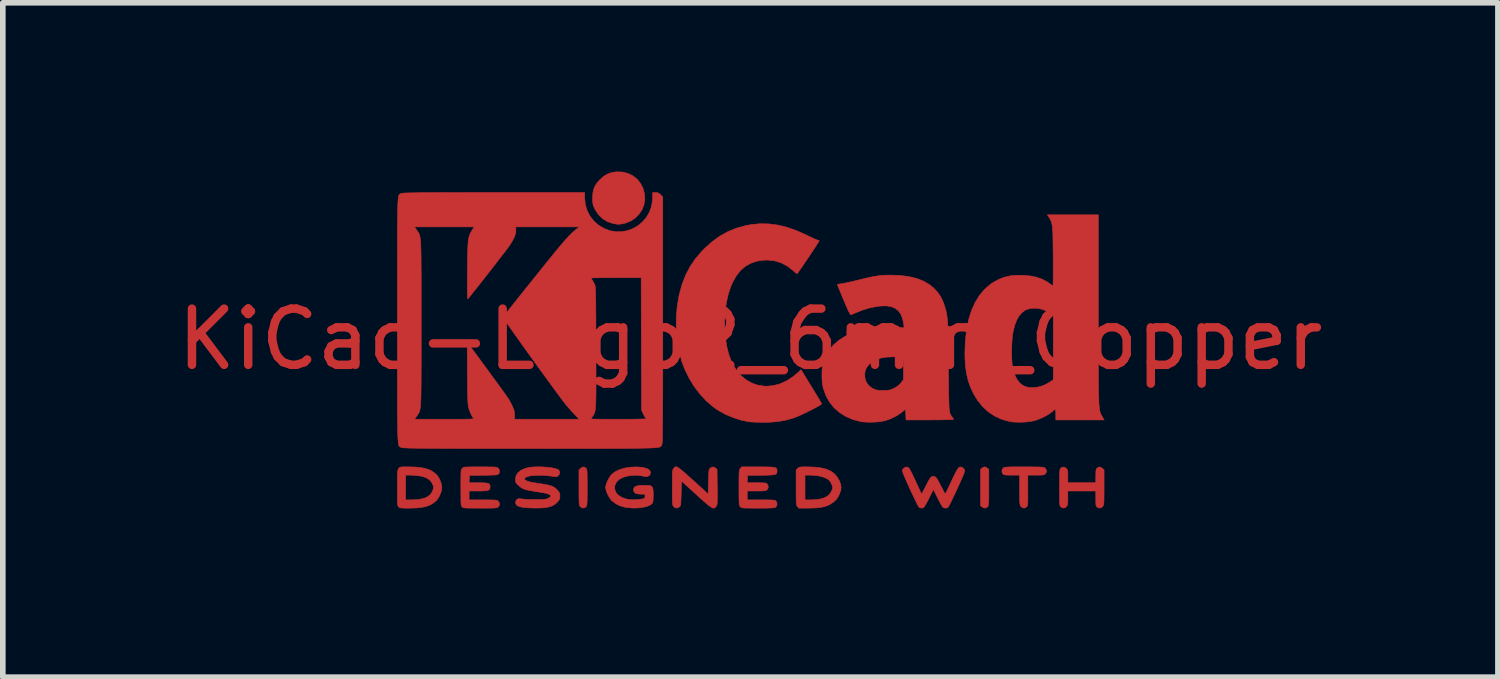
<source format=kicad_pcb>
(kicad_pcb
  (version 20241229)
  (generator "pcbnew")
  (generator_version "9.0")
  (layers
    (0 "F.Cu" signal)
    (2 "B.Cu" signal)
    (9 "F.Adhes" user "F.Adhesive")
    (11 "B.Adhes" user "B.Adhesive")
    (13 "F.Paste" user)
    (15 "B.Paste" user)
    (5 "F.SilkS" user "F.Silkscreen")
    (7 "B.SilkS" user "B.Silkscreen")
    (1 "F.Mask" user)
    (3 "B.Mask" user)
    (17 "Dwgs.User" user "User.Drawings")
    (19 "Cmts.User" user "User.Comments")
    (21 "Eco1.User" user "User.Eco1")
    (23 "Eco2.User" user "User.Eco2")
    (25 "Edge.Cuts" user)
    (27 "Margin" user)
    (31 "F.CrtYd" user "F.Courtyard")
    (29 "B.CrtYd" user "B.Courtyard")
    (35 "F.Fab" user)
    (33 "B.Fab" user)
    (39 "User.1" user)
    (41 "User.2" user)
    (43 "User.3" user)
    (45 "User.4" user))
  (footprint "KiCad-Logo2_6mm_Copper"
    (layer "F.Cu")
    (at 10.292 2.982)
    (property "Reference" "KiCad-Logo2_6mm_Copper" (at 0 0 0) (layer "F.Cu") (effects (font (size 1 1) (thickness 0.15))))
    (attr exclude_from_pos_files exclude_from_bom)
    (fp_poly (pts (xy 4.189 2.276) (xy 4.212 2.291) (xy 4.239 2.312) (xy 4.239 2.634) (xy 4.239 2.728) (xy 4.239 2.802) (xy 4.238 2.859) (xy 4.236 2.901) (xy 4.234 2.931) (xy 4.231 2.951) (xy 4.227 2.965) (xy 4.221 2.974) (xy 4.217 2.979) (xy 4.186 3) (xy 4.15 2.999) (xy 4.119 2.981) (xy 4.092 2.96) (xy 4.092 2.312) (xy 4.119 2.291) (xy 4.145 2.275) (xy 4.166 2.269) (xy 4.189 2.276)) (stroke (width 0.01) (type solid)) (fill yes) (layer "F.Cu"))
    (fp_poly (pts (xy -2.924 2.292) (xy -2.917 2.299) (xy -2.912 2.309) (xy -2.908 2.324) (xy -2.905 2.346) (xy -2.903 2.378) (xy -2.902 2.422) (xy -2.902 2.482) (xy -2.901 2.56) (xy -2.901 2.636) (xy -2.901 2.73) (xy -2.902 2.804) (xy -2.902 2.86) (xy -2.904 2.902) (xy -2.906 2.932) (xy -2.909 2.952) (xy -2.913 2.965) (xy -2.919 2.974) (xy -2.924 2.98) (xy -2.957 3) (xy -2.992 2.998) (xy -3.023 2.977) (xy -3.031 2.968) (xy -3.036 2.959) (xy -3.041 2.945) (xy -3.044 2.924) (xy -3.046 2.895) (xy -3.047 2.853) (xy -3.048 2.796) (xy -3.048 2.722) (xy -3.048 2.638) (xy -3.048 2.324) (xy -3.02 2.297) (xy -2.986 2.273) (xy -2.953 2.273) (xy -2.924 2.292)) (stroke (width 0.01) (type solid)) (fill yes) (layer "F.Cu"))
    (fp_poly (pts (xy -2.273 -2.973) (xy -2.177 -2.949) (xy -2.09 -2.906) (xy -2.015 -2.847) (xy -1.954 -2.772) (xy -1.909 -2.683) (xy -1.883 -2.586) (xy -1.877 -2.489) (xy -1.892 -2.395) (xy -1.926 -2.307) (xy -1.977 -2.228) (xy -2.042 -2.16) (xy -2.121 -2.106) (xy -2.212 -2.068) (xy -2.263 -2.056) (xy -2.308 -2.048) (xy -2.342 -2.045) (xy -2.375 -2.047) (xy -2.415 -2.054) (xy -2.449 -2.061) (xy -2.542 -2.092) (xy -2.626 -2.143) (xy -2.698 -2.213) (xy -2.756 -2.298) (xy -2.77 -2.326) (xy -2.787 -2.362) (xy -2.797 -2.392) (xy -2.802 -2.425) (xy -2.805 -2.466) (xy -2.805 -2.512) (xy -2.801 -2.596) (xy -2.787 -2.665) (xy -2.762 -2.726) (xy -2.723 -2.784) (xy -2.684 -2.829) (xy -2.612 -2.895) (xy -2.537 -2.94) (xy -2.455 -2.967) (xy -2.377 -2.977) (xy -2.273 -2.973)) (stroke (width 0.01) (type solid)) (fill yes) (layer "F.Cu"))
    (fp_poly (pts (xy 4.963 2.269) (xy 5.042 2.27) (xy 5.103 2.27) (xy 5.149 2.272) (xy 5.182 2.274) (xy 5.205 2.277) (xy 5.221 2.28) (xy 5.231 2.285) (xy 5.236 2.289) (xy 5.261 2.321) (xy 5.265 2.355) (xy 5.249 2.386) (xy 5.238 2.398) (xy 5.227 2.406) (xy 5.211 2.412) (xy 5.186 2.414) (xy 5.147 2.416) (xy 5.09 2.416) (xy 5.079 2.416) (xy 4.933 2.416) (xy 4.933 2.687) (xy 4.933 2.772) (xy 4.933 2.838) (xy 4.932 2.887) (xy 4.93 2.922) (xy 4.927 2.946) (xy 4.923 2.962) (xy 4.918 2.972) (xy 4.911 2.98) (xy 4.878 3) (xy 4.843 2.999) (xy 4.812 2.976) (xy 4.81 2.973) (xy 4.802 2.962) (xy 4.797 2.95) (xy 4.793 2.933) (xy 4.79 2.908) (xy 4.788 2.872) (xy 4.787 2.822) (xy 4.787 2.755) (xy 4.786 2.68) (xy 4.786 2.416) (xy 4.647 2.416) (xy 4.587 2.415) (xy 4.546 2.414) (xy 4.519 2.411) (xy 4.502 2.405) (xy 4.49 2.397) (xy 4.489 2.395) (xy 4.473 2.362) (xy 4.474 2.324) (xy 4.493 2.292) (xy 4.5 2.285) (xy 4.51 2.28) (xy 4.524 2.276) (xy 4.545 2.274) (xy 4.575 2.272) (xy 4.618 2.27) (xy 4.676 2.269) (xy 4.75 2.269) (xy 4.844 2.269) (xy 4.864 2.269) (xy 4.963 2.269)) (stroke (width 0.01) (type solid)) (fill yes) (layer "F.Cu"))
    (fp_poly (pts (xy 6.229 2.275) (xy 6.26 2.297) (xy 6.288 2.324) (xy 6.288 2.634) (xy 6.288 2.726) (xy 6.287 2.798) (xy 6.287 2.853) (xy 6.285 2.893) (xy 6.283 2.922) (xy 6.28 2.942) (xy 6.275 2.956) (xy 6.269 2.967) (xy 6.265 2.973) (xy 6.234 2.998) (xy 6.198 3) (xy 6.166 2.985) (xy 6.156 2.976) (xy 6.148 2.965) (xy 6.144 2.946) (xy 6.142 2.915) (xy 6.141 2.869) (xy 6.141 2.833) (xy 6.141 2.698) (xy 5.644 2.698) (xy 5.644 2.821) (xy 5.644 2.877) (xy 5.642 2.915) (xy 5.638 2.941) (xy 5.63 2.96) (xy 5.621 2.973) (xy 5.59 2.998) (xy 5.555 3.001) (xy 5.522 2.983) (xy 5.513 2.974) (xy 5.506 2.962) (xy 5.502 2.943) (xy 5.499 2.914) (xy 5.498 2.87) (xy 5.497 2.808) (xy 5.497 2.794) (xy 5.497 2.678) (xy 5.497 2.582) (xy 5.497 2.504) (xy 5.497 2.443) (xy 5.498 2.396) (xy 5.5 2.361) (xy 5.502 2.335) (xy 5.505 2.318) (xy 5.51 2.306) (xy 5.515 2.298) (xy 5.52 2.292) (xy 5.552 2.272) (xy 5.585 2.275) (xy 5.617 2.297) (xy 5.629 2.311) (xy 5.638 2.327) (xy 5.642 2.35) (xy 5.644 2.384) (xy 5.644 2.436) (xy 5.644 2.551) (xy 6.141 2.551) (xy 6.141 2.433) (xy 6.142 2.378) (xy 6.144 2.341) (xy 6.148 2.317) (xy 6.155 2.301) (xy 6.164 2.292) (xy 6.196 2.272) (xy 6.229 2.275)) (stroke (width 0.01) (type solid)) (fill yes) (layer "F.Cu"))
    (fp_poly (pts (xy 1.018 2.269) (xy 1.147 2.274) (xy 1.257 2.287) (xy 1.349 2.31) (xy 1.426 2.343) (xy 1.489 2.388) (xy 1.539 2.444) (xy 1.58 2.514) (xy 1.58 2.515) (xy 1.605 2.577) (xy 1.613 2.633) (xy 1.606 2.688) (xy 1.584 2.751) (xy 1.579 2.761) (xy 1.55 2.817) (xy 1.517 2.86) (xy 1.475 2.897) (xy 1.417 2.934) (xy 1.414 2.936) (xy 1.364 2.96) (xy 1.307 2.978) (xy 1.24 2.991) (xy 1.159 2.999) (xy 1.06 3.002) (xy 1.025 3.002) (xy 0.86 3.003) (xy 0.836 2.973) (xy 0.829 2.963) (xy 0.824 2.952) (xy 0.82 2.936) (xy 0.817 2.913) (xy 0.815 2.88) (xy 0.814 2.856) (xy 0.971 2.856) (xy 1.065 2.856) (xy 1.12 2.854) (xy 1.176 2.85) (xy 1.222 2.844) (xy 1.225 2.844) (xy 1.307 2.822) (xy 1.371 2.789) (xy 1.418 2.743) (xy 1.451 2.683) (xy 1.457 2.667) (xy 1.463 2.642) (xy 1.46 2.618) (xy 1.448 2.585) (xy 1.441 2.569) (xy 1.418 2.527) (xy 1.39 2.497) (xy 1.359 2.477) (xy 1.297 2.45) (xy 1.218 2.43) (xy 1.125 2.419) (xy 1.058 2.416) (xy 0.971 2.416) (xy 0.971 2.856) (xy 0.814 2.856) (xy 0.814 2.835) (xy 0.813 2.774) (xy 0.813 2.696) (xy 0.813 2.634) (xy 0.813 2.324) (xy 0.841 2.297) (xy 0.853 2.286) (xy 0.866 2.278) (xy 0.885 2.273) (xy 0.913 2.27) (xy 0.955 2.269) (xy 1.015 2.269) (xy 1.018 2.269)) (stroke (width 0.01) (type solid)) (fill yes) (layer "F.Cu"))
    (fp_poly (pts (xy -6.121 2.269) (xy -6.082 2.269) (xy -5.966 2.272) (xy -5.869 2.281) (xy -5.788 2.295) (xy -5.719 2.317) (xy -5.658 2.347) (xy -5.604 2.387) (xy -5.584 2.404) (xy -5.552 2.443) (xy -5.523 2.497) (xy -5.5 2.557) (xy -5.488 2.615) (xy -5.486 2.636) (xy -5.494 2.695) (xy -5.516 2.759) (xy -5.547 2.82) (xy -5.584 2.868) (xy -5.59 2.874) (xy -5.641 2.915) (xy -5.696 2.947) (xy -5.76 2.971) (xy -5.834 2.988) (xy -5.924 2.998) (xy -6.031 3.002) (xy -6.08 3.003) (xy -6.142 3.003) (xy -6.186 3.001) (xy -6.215 2.999) (xy -6.234 2.994) (xy -6.247 2.987) (xy -6.254 2.98) (xy -6.261 2.973) (xy -6.266 2.963) (xy -6.27 2.948) (xy -6.273 2.926) (xy -6.274 2.894) (xy -6.276 2.85) (xy -6.276 2.79) (xy -6.277 2.712) (xy -6.277 2.636) (xy -6.277 2.535) (xy -6.277 2.454) (xy -6.276 2.416) (xy -6.13 2.416) (xy -6.13 2.856) (xy -6.037 2.856) (xy -5.981 2.854) (xy -5.922 2.85) (xy -5.873 2.844) (xy -5.872 2.844) (xy -5.792 2.825) (xy -5.731 2.795) (xy -5.684 2.753) (xy -5.655 2.707) (xy -5.636 2.656) (xy -5.638 2.608) (xy -5.659 2.557) (xy -5.7 2.504) (xy -5.758 2.465) (xy -5.833 2.438) (xy -5.883 2.429) (xy -5.939 2.423) (xy -6 2.418) (xy -6.051 2.416) (xy -6.054 2.416) (xy -6.13 2.416) (xy -6.276 2.416) (xy -6.275 2.392) (xy -6.271 2.345) (xy -6.263 2.312) (xy -6.25 2.29) (xy -6.23 2.277) (xy -6.203 2.27) (xy -6.167 2.269) (xy -6.121 2.269)) (stroke (width 0.01) (type solid)) (fill yes) (layer "F.Cu"))
    (fp_poly (pts (xy -1.3 2.273) (xy -1.277 2.287) (xy -1.246 2.31) (xy -1.206 2.342) (xy -1.156 2.386) (xy -1.094 2.441) (xy -1.018 2.509) (xy -0.931 2.588) (xy -0.751 2.752) (xy -0.745 2.532) (xy -0.743 2.456) (xy -0.741 2.4) (xy -0.739 2.36) (xy -0.736 2.332) (xy -0.731 2.314) (xy -0.725 2.303) (xy -0.717 2.294) (xy -0.713 2.291) (xy -0.678 2.272) (xy -0.645 2.274) (xy -0.619 2.291) (xy -0.593 2.312) (xy -0.589 2.627) (xy -0.588 2.72) (xy -0.588 2.793) (xy -0.588 2.848) (xy -0.589 2.889) (xy -0.591 2.919) (xy -0.594 2.939) (xy -0.598 2.953) (xy -0.604 2.964) (xy -0.61 2.972) (xy -0.623 2.988) (xy -0.637 2.999) (xy -0.652 3.003) (xy -0.671 2.999) (xy -0.695 2.987) (xy -0.727 2.965) (xy -0.768 2.932) (xy -0.821 2.887) (xy -0.886 2.829) (xy -0.96 2.762) (xy -1.225 2.521) (xy -1.23 2.741) (xy -1.233 2.816) (xy -1.235 2.872) (xy -1.237 2.913) (xy -1.24 2.94) (xy -1.244 2.958) (xy -1.25 2.969) (xy -1.259 2.978) (xy -1.263 2.981) (xy -1.3 3) (xy -1.335 2.997) (xy -1.365 2.973) (xy -1.372 2.963) (xy -1.378 2.952) (xy -1.382 2.936) (xy -1.385 2.913) (xy -1.386 2.88) (xy -1.388 2.835) (xy -1.388 2.774) (xy -1.389 2.694) (xy -1.389 2.636) (xy -1.388 2.544) (xy -1.388 2.473) (xy -1.387 2.418) (xy -1.386 2.378) (xy -1.384 2.349) (xy -1.38 2.329) (xy -1.376 2.315) (xy -1.37 2.305) (xy -1.365 2.299) (xy -1.354 2.285) (xy -1.343 2.274) (xy -1.332 2.268) (xy -1.318 2.267) (xy -1.3 2.273)) (stroke (width 0.01) (type solid)) (fill yes) (layer "F.Cu"))
    (fp_poly (pts (xy -1.95 2.275) (xy -1.882 2.286) (xy -1.829 2.304) (xy -1.795 2.327) (xy -1.785 2.341) (xy -1.776 2.372) (xy -1.782 2.4) (xy -1.802 2.427) (xy -1.834 2.44) (xy -1.879 2.439) (xy -1.914 2.432) (xy -1.992 2.419) (xy -2.072 2.418) (xy -2.162 2.428) (xy -2.186 2.433) (xy -2.269 2.456) (xy -2.334 2.491) (xy -2.38 2.537) (xy -2.407 2.592) (xy -2.413 2.621) (xy -2.409 2.68) (xy -2.386 2.732) (xy -2.345 2.776) (xy -2.288 2.811) (xy -2.219 2.837) (xy -2.138 2.852) (xy -2.048 2.854) (xy -1.951 2.845) (xy -1.945 2.844) (xy -1.907 2.836) (xy -1.885 2.83) (xy -1.876 2.819) (xy -1.874 2.802) (xy -1.874 2.793) (xy -1.874 2.754) (xy -1.942 2.754) (xy -2.003 2.75) (xy -2.044 2.737) (xy -2.068 2.714) (xy -2.077 2.679) (xy -2.077 2.674) (xy -2.072 2.645) (xy -2.054 2.623) (xy -2.022 2.609) (xy -1.972 2.601) (xy -1.923 2.598) (xy -1.852 2.596) (xy -1.801 2.599) (xy -1.766 2.609) (xy -1.744 2.628) (xy -1.733 2.66) (xy -1.728 2.708) (xy -1.727 2.77) (xy -1.729 2.84) (xy -1.733 2.887) (xy -1.74 2.912) (xy -1.741 2.914) (xy -1.78 2.946) (xy -1.837 2.97) (xy -1.909 2.988) (xy -1.991 2.999) (xy -2.081 3.001) (xy -2.175 2.994) (xy -2.23 2.986) (xy -2.316 2.962) (xy -2.396 2.922) (xy -2.463 2.87) (xy -2.473 2.86) (xy -2.506 2.816) (xy -2.536 2.762) (xy -2.559 2.706) (xy -2.572 2.654) (xy -2.574 2.635) (xy -2.567 2.593) (xy -2.55 2.542) (xy -2.524 2.488) (xy -2.495 2.439) (xy -2.469 2.406) (xy -2.408 2.357) (xy -2.329 2.319) (xy -2.235 2.29) (xy -2.129 2.274) (xy -2.032 2.27) (xy -1.95 2.275)) (stroke (width 0.01) (type solid)) (fill yes) (layer "F.Cu"))
    (fp_poly (pts (xy 0.23 2.269) (xy 0.307 2.27) (xy 0.365 2.272) (xy 0.408 2.276) (xy 0.438 2.282) (xy 0.457 2.291) (xy 0.468 2.303) (xy 0.473 2.319) (xy 0.474 2.339) (xy 0.474 2.341) (xy 0.473 2.364) (xy 0.468 2.382) (xy 0.457 2.395) (xy 0.437 2.404) (xy 0.406 2.41) (xy 0.36 2.414) (xy 0.298 2.417) (xy 0.216 2.418) (xy 0.191 2.418) (xy -0.051 2.421) (xy -0.054 2.486) (xy -0.058 2.551) (xy 0.111 2.551) (xy 0.176 2.552) (xy 0.223 2.553) (xy 0.255 2.555) (xy 0.276 2.559) (xy 0.289 2.565) (xy 0.299 2.573) (xy 0.299 2.573) (xy 0.316 2.607) (xy 0.316 2.643) (xy 0.297 2.674) (xy 0.294 2.678) (xy 0.281 2.686) (xy 0.263 2.692) (xy 0.237 2.695) (xy 0.197 2.697) (xy 0.142 2.698) (xy 0.106 2.698) (xy -0.056 2.698) (xy -0.056 2.856) (xy 0.19 2.856) (xy 0.272 2.856) (xy 0.333 2.857) (xy 0.379 2.858) (xy 0.41 2.86) (xy 0.431 2.864) (xy 0.445 2.868) (xy 0.453 2.874) (xy 0.455 2.877) (xy 0.472 2.908) (xy 0.473 2.944) (xy 0.46 2.975) (xy 0.449 2.985) (xy 0.438 2.991) (xy 0.421 2.995) (xy 0.396 2.998) (xy 0.359 3) (xy 0.308 3.002) (xy 0.24 3.003) (xy 0.153 3.003) (xy 0.133 3.003) (xy 0.045 3.003) (xy -0.024 3.002) (xy -0.075 3.002) (xy -0.113 3) (xy -0.139 2.998) (xy -0.156 2.994) (xy -0.167 2.989) (xy -0.176 2.983) (xy -0.18 2.978) (xy -0.187 2.97) (xy -0.192 2.96) (xy -0.196 2.945) (xy -0.199 2.923) (xy -0.201 2.89) (xy -0.202 2.845) (xy -0.203 2.785) (xy -0.203 2.707) (xy -0.203 2.641) (xy -0.203 2.549) (xy -0.203 2.476) (xy -0.202 2.421) (xy -0.201 2.38) (xy -0.198 2.35) (xy -0.195 2.33) (xy -0.191 2.316) (xy -0.185 2.305) (xy -0.18 2.299) (xy -0.156 2.269) (xy 0.134 2.269) (xy 0.23 2.269)) (stroke (width 0.01) (type solid)) (fill yes) (layer "F.Cu"))
    (fp_poly (pts (xy -4.713 2.269) (xy -4.643 2.27) (xy -4.591 2.27) (xy -4.553 2.272) (xy -4.526 2.274) (xy -4.508 2.278) (xy -4.496 2.283) (xy -4.487 2.289) (xy -4.484 2.292) (xy -4.464 2.323) (xy -4.46 2.359) (xy -4.473 2.391) (xy -4.48 2.397) (xy -4.489 2.403) (xy -4.505 2.408) (xy -4.529 2.412) (xy -4.566 2.414) (xy -4.617 2.416) (xy -4.685 2.418) (xy -4.748 2.418) (xy -4.995 2.421) (xy -4.999 2.486) (xy -5.002 2.551) (xy -4.834 2.551) (xy -4.761 2.552) (xy -4.708 2.555) (xy -4.671 2.56) (xy -4.647 2.57) (xy -4.634 2.586) (xy -4.629 2.607) (xy -4.628 2.628) (xy -4.631 2.653) (xy -4.64 2.671) (xy -4.659 2.684) (xy -4.691 2.692) (xy -4.738 2.696) (xy -4.804 2.698) (xy -4.84 2.698) (xy -5.001 2.698) (xy -5.001 2.856) (xy -4.753 2.856) (xy -4.671 2.856) (xy -4.609 2.857) (xy -4.564 2.858) (xy -4.532 2.86) (xy -4.511 2.863) (xy -4.496 2.868) (xy -4.487 2.874) (xy -4.482 2.879) (xy -4.465 2.906) (xy -4.459 2.929) (xy -4.467 2.959) (xy -4.482 2.98) (xy -4.49 2.987) (xy -4.5 2.992) (xy -4.515 2.996) (xy -4.538 2.999) (xy -4.571 3.001) (xy -4.618 3.002) (xy -4.68 3.003) (xy -4.761 3.003) (xy -4.803 3.003) (xy -4.894 3.003) (xy -4.964 3.002) (xy -5.017 3.002) (xy -5.056 3) (xy -5.083 2.998) (xy -5.101 2.994) (xy -5.113 2.99) (xy -5.122 2.983) (xy -5.125 2.98) (xy -5.132 2.973) (xy -5.137 2.963) (xy -5.141 2.948) (xy -5.144 2.926) (xy -5.146 2.894) (xy -5.147 2.849) (xy -5.147 2.789) (xy -5.148 2.711) (xy -5.148 2.638) (xy -5.148 2.545) (xy -5.147 2.471) (xy -5.147 2.415) (xy -5.146 2.374) (xy -5.144 2.345) (xy -5.141 2.325) (xy -5.136 2.312) (xy -5.131 2.303) (xy -5.123 2.295) (xy -5.122 2.294) (xy -5.113 2.286) (xy -5.103 2.28) (xy -5.089 2.276) (xy -5.067 2.273) (xy -5.036 2.271) (xy -4.993 2.27) (xy -4.934 2.269) (xy -4.857 2.269) (xy -4.802 2.269) (xy -4.713 2.269)) (stroke (width 0.01) (type solid)) (fill yes) (layer "F.Cu"))
    (fp_poly (pts (xy 3.745 2.271) (xy 3.764 2.278) (xy 3.765 2.278) (xy 3.792 2.299) (xy 3.806 2.32) (xy 3.809 2.329) (xy 3.809 2.342) (xy 3.805 2.361) (xy 3.796 2.387) (xy 3.782 2.424) (xy 3.761 2.473) (xy 3.732 2.536) (xy 3.695 2.617) (xy 3.675 2.661) (xy 3.639 2.74) (xy 3.604 2.812) (xy 3.574 2.876) (xy 3.548 2.928) (xy 3.528 2.965) (xy 3.516 2.986) (xy 3.513 2.989) (xy 3.482 3.001) (xy 3.447 3) (xy 3.419 2.984) (xy 3.418 2.983) (xy 3.407 2.966) (xy 3.388 2.933) (xy 3.364 2.888) (xy 3.337 2.836) (xy 3.327 2.817) (xy 3.254 2.67) (xy 3.174 2.829) (xy 3.146 2.884) (xy 3.119 2.932) (xy 3.097 2.969) (xy 3.081 2.991) (xy 3.076 2.996) (xy 3.034 3.002) (xy 3 2.989) (xy 2.99 2.974) (xy 2.972 2.943) (xy 2.949 2.897) (xy 2.921 2.839) (xy 2.89 2.774) (xy 2.857 2.704) (xy 2.824 2.631) (xy 2.792 2.56) (xy 2.763 2.494) (xy 2.737 2.435) (xy 2.718 2.386) (xy 2.705 2.352) (xy 2.7 2.334) (xy 2.7 2.334) (xy 2.711 2.311) (xy 2.733 2.289) (xy 2.735 2.288) (xy 2.762 2.272) (xy 2.787 2.273) (xy 2.796 2.275) (xy 2.808 2.282) (xy 2.82 2.294) (xy 2.834 2.315) (xy 2.852 2.347) (xy 2.875 2.393) (xy 2.905 2.455) (xy 2.932 2.512) (xy 2.962 2.578) (xy 2.99 2.638) (xy 3.013 2.688) (xy 3.03 2.725) (xy 3.039 2.746) (xy 3.041 2.749) (xy 3.047 2.743) (xy 3.061 2.721) (xy 3.081 2.685) (xy 3.106 2.638) (xy 3.115 2.619) (xy 3.148 2.554) (xy 3.174 2.507) (xy 3.194 2.474) (xy 3.21 2.454) (xy 3.226 2.443) (xy 3.242 2.439) (xy 3.252 2.438) (xy 3.271 2.44) (xy 3.287 2.447) (xy 3.303 2.462) (xy 3.321 2.487) (xy 3.344 2.526) (xy 3.373 2.581) (xy 3.389 2.613) (xy 3.415 2.663) (xy 3.437 2.705) (xy 3.454 2.734) (xy 3.464 2.748) (xy 3.466 2.749) (xy 3.472 2.738) (xy 3.487 2.709) (xy 3.508 2.666) (xy 3.534 2.612) (xy 3.564 2.548) (xy 3.578 2.517) (xy 3.616 2.436) (xy 3.647 2.374) (xy 3.672 2.328) (xy 3.692 2.297) (xy 3.71 2.278) (xy 3.727 2.271) (xy 3.745 2.271)) (stroke (width 0.01) (type solid)) (fill yes) (layer "F.Cu"))
    (fp_poly (pts (xy -3.692 2.27) (xy -3.617 2.276) (xy -3.547 2.284) (xy -3.487 2.295) (xy -3.44 2.308) (xy -3.41 2.323) (xy -3.406 2.327) (xy -3.39 2.362) (xy -3.395 2.397) (xy -3.419 2.428) (xy -3.421 2.429) (xy -3.435 2.438) (xy -3.45 2.443) (xy -3.471 2.443) (xy -3.503 2.44) (xy -3.552 2.432) (xy -3.556 2.432) (xy -3.629 2.423) (xy -3.707 2.418) (xy -3.786 2.418) (xy -3.859 2.422) (xy -3.922 2.43) (xy -3.968 2.443) (xy -3.971 2.444) (xy -4.005 2.463) (xy -4.017 2.482) (xy -4.008 2.5) (xy -3.978 2.518) (xy -3.929 2.535) (xy -3.861 2.549) (xy -3.816 2.556) (xy -3.721 2.57) (xy -3.647 2.582) (xy -3.588 2.594) (xy -3.542 2.608) (xy -3.506 2.623) (xy -3.476 2.641) (xy -3.449 2.664) (xy -3.428 2.686) (xy -3.403 2.717) (xy -3.391 2.743) (xy -3.387 2.776) (xy -3.387 2.788) (xy -3.39 2.828) (xy -3.401 2.857) (xy -3.421 2.883) (xy -3.462 2.924) (xy -3.508 2.954) (xy -3.562 2.976) (xy -3.627 2.991) (xy -3.707 2.999) (xy -3.805 3.001) (xy -3.821 3.001) (xy -3.887 3) (xy -3.952 2.997) (xy -4.009 2.992) (xy -4.052 2.987) (xy -4.055 2.987) (xy -4.098 2.976) (xy -4.134 2.964) (xy -4.154 2.952) (xy -4.173 2.922) (xy -4.174 2.886) (xy -4.158 2.854) (xy -4.154 2.851) (xy -4.139 2.84) (xy -4.12 2.835) (xy -4.091 2.836) (xy -4.056 2.84) (xy -4.016 2.844) (xy -3.96 2.847) (xy -3.895 2.849) (xy -3.828 2.85) (xy -3.81 2.85) (xy -3.742 2.85) (xy -3.692 2.849) (xy -3.657 2.846) (xy -3.63 2.841) (xy -3.609 2.834) (xy -3.596 2.828) (xy -3.568 2.811) (xy -3.55 2.796) (xy -3.547 2.792) (xy -3.553 2.774) (xy -3.579 2.757) (xy -3.624 2.741) (xy -3.687 2.728) (xy -3.705 2.725) (xy -3.801 2.71) (xy -3.878 2.697) (xy -3.938 2.686) (xy -3.984 2.676) (xy -4.021 2.665) (xy -4.049 2.653) (xy -4.073 2.639) (xy -4.096 2.622) (xy -4.119 2.601) (xy -4.127 2.594) (xy -4.155 2.567) (xy -4.17 2.545) (xy -4.176 2.52) (xy -4.177 2.489) (xy -4.167 2.428) (xy -4.136 2.376) (xy -4.085 2.333) (xy -4.013 2.3) (xy -3.962 2.285) (xy -3.907 2.275) (xy -3.841 2.27) (xy -3.768 2.268) (xy -3.692 2.27)) (stroke (width 0.01) (type solid)) (fill yes) (layer "F.Cu"))
    (fp_poly (pts (xy 0.328 -2.051) (xy 0.489 -2.03) (xy 0.653 -1.99) (xy 0.822 -1.93) (xy 1 -1.851) (xy 1.011 -1.845) (xy 1.069 -1.817) (xy 1.121 -1.793) (xy 1.162 -1.775) (xy 1.19 -1.764) (xy 1.2 -1.761) (xy 1.219 -1.756) (xy 1.224 -1.752) (xy 1.218 -1.741) (xy 1.202 -1.715) (xy 1.177 -1.676) (xy 1.145 -1.626) (xy 1.107 -1.569) (xy 1.066 -1.507) (xy 1.023 -1.442) (xy 0.98 -1.379) (xy 0.939 -1.319) (xy 0.902 -1.265) (xy 0.871 -1.22) (xy 0.847 -1.186) (xy 0.832 -1.167) (xy 0.83 -1.165) (xy 0.82 -1.17) (xy 0.798 -1.187) (xy 0.767 -1.214) (xy 0.752 -1.228) (xy 0.655 -1.303) (xy 0.548 -1.359) (xy 0.433 -1.394) (xy 0.31 -1.408) (xy 0.241 -1.407) (xy 0.119 -1.39) (xy 0.01 -1.354) (xy -0.087 -1.299) (xy -0.174 -1.225) (xy -0.249 -1.131) (xy -0.314 -1.018) (xy -0.351 -0.931) (xy -0.395 -0.796) (xy -0.428 -0.648) (xy -0.448 -0.493) (xy -0.458 -0.333) (xy -0.456 -0.173) (xy -0.443 -0.016) (xy -0.419 0.133) (xy -0.384 0.271) (xy -0.338 0.395) (xy -0.322 0.429) (xy -0.253 0.543) (xy -0.173 0.64) (xy -0.081 0.718) (xy 0.02 0.777) (xy 0.13 0.816) (xy 0.247 0.834) (xy 0.289 0.835) (xy 0.41 0.824) (xy 0.531 0.791) (xy 0.649 0.737) (xy 0.762 0.663) (xy 0.854 0.585) (xy 0.9 0.54) (xy 1.081 0.837) (xy 1.127 0.911) (xy 1.168 0.98) (xy 1.204 1.039) (xy 1.233 1.088) (xy 1.254 1.124) (xy 1.265 1.144) (xy 1.266 1.147) (xy 1.258 1.157) (xy 1.233 1.174) (xy 1.193 1.197) (xy 1.142 1.225) (xy 1.084 1.255) (xy 1.021 1.287) (xy 0.958 1.318) (xy 0.896 1.346) (xy 0.839 1.371) (xy 0.791 1.391) (xy 0.768 1.399) (xy 0.634 1.437) (xy 0.496 1.462) (xy 0.349 1.475) (xy 0.222 1.477) (xy 0.154 1.476) (xy 0.088 1.474) (xy 0.031 1.471) (xy -0.013 1.468) (xy -0.027 1.466) (xy -0.166 1.438) (xy -0.307 1.392) (xy -0.445 1.334) (xy -0.572 1.264) (xy -0.649 1.211) (xy -0.777 1.103) (xy -0.895 0.977) (xy -1.002 0.835) (xy -1.095 0.681) (xy -1.173 0.518) (xy -1.217 0.401) (xy -1.267 0.217) (xy -1.301 0.023) (xy -1.318 -0.179) (xy -1.318 -0.382) (xy -1.301 -0.584) (xy -1.268 -0.781) (xy -1.217 -0.967) (xy -1.214 -0.978) (xy -1.151 -1.14) (xy -1.074 -1.288) (xy -0.981 -1.426) (xy -0.868 -1.558) (xy -0.825 -1.604) (xy -0.688 -1.728) (xy -0.549 -1.83) (xy -0.403 -1.912) (xy -0.249 -1.975) (xy -0.084 -2.02) (xy 0.011 -2.038) (xy 0.17 -2.054) (xy 0.328 -2.051)) (stroke (width 0.01) (type solid)) (fill yes) (layer "F.Cu"))
    (fp_poly (pts (xy 6.187 -0.528) (xy 6.187 -0.293) (xy 6.187 -0.08) (xy 6.187 0.112) (xy 6.187 0.285) (xy 6.187 0.441) (xy 6.188 0.579) (xy 6.188 0.701) (xy 6.189 0.808) (xy 6.19 0.901) (xy 6.192 0.982) (xy 6.194 1.051) (xy 6.196 1.11) (xy 6.198 1.159) (xy 6.202 1.2) (xy 6.205 1.234) (xy 6.21 1.262) (xy 6.214 1.285) (xy 6.22 1.304) (xy 6.226 1.321) (xy 6.233 1.335) (xy 6.24 1.349) (xy 6.249 1.364) (xy 6.254 1.373) (xy 6.288 1.434) (xy 5.43 1.434) (xy 5.43 1.338) (xy 5.429 1.294) (xy 5.427 1.261) (xy 5.424 1.243) (xy 5.423 1.242) (xy 5.412 1.249) (xy 5.389 1.267) (xy 5.366 1.286) (xy 5.312 1.327) (xy 5.242 1.368) (xy 5.165 1.405) (xy 5.088 1.435) (xy 5.057 1.445) (xy 4.989 1.46) (xy 4.906 1.47) (xy 4.816 1.475) (xy 4.728 1.474) (xy 4.649 1.469) (xy 4.612 1.463) (xy 4.473 1.425) (xy 4.346 1.367) (xy 4.23 1.29) (xy 4.127 1.195) (xy 4.036 1.081) (xy 3.969 0.97) (xy 3.914 0.854) (xy 3.872 0.734) (xy 3.842 0.608) (xy 3.823 0.472) (xy 3.815 0.32) (xy 3.814 0.243) (xy 3.816 0.186) (xy 4.645 0.186) (xy 4.645 0.279) (xy 4.648 0.367) (xy 4.654 0.444) (xy 4.662 0.505) (xy 4.665 0.517) (xy 4.697 0.625) (xy 4.738 0.712) (xy 4.79 0.779) (xy 4.853 0.826) (xy 4.926 0.853) (xy 5.011 0.862) (xy 5.107 0.851) (xy 5.17 0.835) (xy 5.219 0.817) (xy 5.274 0.791) (xy 5.314 0.767) (xy 5.385 0.721) (xy 5.385 -0.429) (xy 5.317 -0.473) (xy 5.239 -0.514) (xy 5.155 -0.541) (xy 5.07 -0.553) (xy 4.988 -0.549) (xy 4.915 -0.53) (xy 4.883 -0.515) (xy 4.826 -0.472) (xy 4.777 -0.415) (xy 4.735 -0.342) (xy 4.701 -0.252) (xy 4.672 -0.141) (xy 4.671 -0.135) (xy 4.66 -0.073) (xy 4.653 0.005) (xy 4.648 0.093) (xy 4.645 0.186) (xy 3.816 0.186) (xy 3.822 0.03) (xy 3.844 -0.166) (xy 3.88 -0.345) (xy 3.93 -0.506) (xy 3.994 -0.65) (xy 4.071 -0.777) (xy 4.163 -0.886) (xy 4.268 -0.977) (xy 4.314 -1.008) (xy 4.415 -1.064) (xy 4.518 -1.104) (xy 4.628 -1.128) (xy 4.749 -1.138) (xy 4.842 -1.137) (xy 4.971 -1.126) (xy 5.084 -1.104) (xy 5.183 -1.07) (xy 5.271 -1.024) (xy 5.32 -0.99) (xy 5.349 -0.968) (xy 5.371 -0.953) (xy 5.379 -0.948) (xy 5.381 -0.959) (xy 5.382 -0.99) (xy 5.383 -1.037) (xy 5.384 -1.1) (xy 5.384 -1.173) (xy 5.384 -1.256) (xy 5.384 -1.344) (xy 5.384 -1.436) (xy 5.383 -1.528) (xy 5.382 -1.618) (xy 5.381 -1.704) (xy 5.38 -1.781) (xy 5.379 -1.848) (xy 5.377 -1.902) (xy 5.375 -1.94) (xy 5.375 -1.947) (xy 5.367 -2.018) (xy 5.356 -2.073) (xy 5.338 -2.12) (xy 5.312 -2.166) (xy 5.305 -2.176) (xy 5.281 -2.213) (xy 6.186 -2.213) (xy 6.187 -0.528)) (stroke (width 0.01) (type solid)) (fill yes) (layer "F.Cu"))
    (fp_poly (pts (xy 2.674 -1.133) (xy 2.825 -1.113) (xy 2.961 -1.08) (xy 3.08 -1.032) (xy 3.185 -0.971) (xy 3.262 -0.907) (xy 3.331 -0.833) (xy 3.385 -0.753) (xy 3.428 -0.661) (xy 3.443 -0.618) (xy 3.456 -0.579) (xy 3.467 -0.543) (xy 3.477 -0.508) (xy 3.485 -0.472) (xy 3.492 -0.433) (xy 3.498 -0.39) (xy 3.503 -0.34) (xy 3.507 -0.283) (xy 3.51 -0.215) (xy 3.513 -0.136) (xy 3.515 -0.043) (xy 3.517 0.066) (xy 3.518 0.192) (xy 3.52 0.337) (xy 3.521 0.48) (xy 3.522 0.636) (xy 3.524 0.771) (xy 3.525 0.887) (xy 3.526 0.986) (xy 3.528 1.068) (xy 3.53 1.136) (xy 3.532 1.192) (xy 3.535 1.236) (xy 3.539 1.271) (xy 3.544 1.299) (xy 3.55 1.321) (xy 3.557 1.338) (xy 3.565 1.352) (xy 3.574 1.366) (xy 3.585 1.38) (xy 3.59 1.385) (xy 3.605 1.408) (xy 3.612 1.423) (xy 3.612 1.424) (xy 3.602 1.426) (xy 3.571 1.428) (xy 3.522 1.43) (xy 3.458 1.431) (xy 3.382 1.433) (xy 3.295 1.433) (xy 3.2 1.434) (xy 3.19 1.434) (xy 2.767 1.434) (xy 2.763 1.338) (xy 2.76 1.242) (xy 2.698 1.293) (xy 2.601 1.36) (xy 2.491 1.415) (xy 2.404 1.445) (xy 2.335 1.46) (xy 2.252 1.47) (xy 2.162 1.475) (xy 2.074 1.474) (xy 1.995 1.468) (xy 1.959 1.463) (xy 1.819 1.425) (xy 1.692 1.37) (xy 1.58 1.299) (xy 1.484 1.213) (xy 1.404 1.112) (xy 1.341 0.997) (xy 1.296 0.871) (xy 1.284 0.814) (xy 1.276 0.752) (xy 1.273 0.677) (xy 1.272 0.643) (xy 1.272 0.64) (xy 2.032 0.64) (xy 2.042 0.715) (xy 2.07 0.779) (xy 2.118 0.835) (xy 2.123 0.839) (xy 2.172 0.874) (xy 2.223 0.897) (xy 2.284 0.909) (xy 2.359 0.911) (xy 2.377 0.911) (xy 2.431 0.908) (xy 2.471 0.903) (xy 2.506 0.893) (xy 2.545 0.876) (xy 2.556 0.871) (xy 2.616 0.835) (xy 2.663 0.792) (xy 2.676 0.777) (xy 2.721 0.72) (xy 2.721 0.525) (xy 2.72 0.446) (xy 2.718 0.388) (xy 2.715 0.349) (xy 2.711 0.327) (xy 2.707 0.32) (xy 2.691 0.317) (xy 2.657 0.314) (xy 2.61 0.313) (xy 2.555 0.312) (xy 2.546 0.312) (xy 2.425 0.317) (xy 2.323 0.333) (xy 2.236 0.361) (xy 2.164 0.401) (xy 2.109 0.448) (xy 2.064 0.506) (xy 2.039 0.569) (xy 2.032 0.64) (xy 1.272 0.64) (xy 1.274 0.55) (xy 1.283 0.471) (xy 1.299 0.4) (xy 1.324 0.329) (xy 1.348 0.276) (xy 1.407 0.181) (xy 1.485 0.093) (xy 1.58 0.014) (xy 1.69 -0.055) (xy 1.813 -0.111) (xy 1.945 -0.154) (xy 2.009 -0.169) (xy 2.146 -0.191) (xy 2.294 -0.206) (xy 2.446 -0.212) (xy 2.572 -0.211) (xy 2.734 -0.204) (xy 2.727 -0.263) (xy 2.707 -0.362) (xy 2.676 -0.443) (xy 2.632 -0.506) (xy 2.575 -0.551) (xy 2.503 -0.58) (xy 2.416 -0.594) (xy 2.313 -0.591) (xy 2.275 -0.587) (xy 2.134 -0.562) (xy 1.997 -0.521) (xy 1.902 -0.483) (xy 1.857 -0.464) (xy 1.819 -0.448) (xy 1.792 -0.439) (xy 1.785 -0.437) (xy 1.775 -0.446) (xy 1.758 -0.475) (xy 1.734 -0.524) (xy 1.703 -0.594) (xy 1.665 -0.684) (xy 1.658 -0.7) (xy 1.628 -0.772) (xy 1.601 -0.838) (xy 1.578 -0.893) (xy 1.561 -0.936) (xy 1.55 -0.963) (xy 1.547 -0.972) (xy 1.557 -0.977) (xy 1.583 -0.982) (xy 1.611 -0.986) (xy 1.642 -0.991) (xy 1.689 -1) (xy 1.751 -1.013) (xy 1.821 -1.029) (xy 1.896 -1.047) (xy 1.925 -1.054) (xy 2.03 -1.08) (xy 2.117 -1.1) (xy 2.192 -1.115) (xy 2.258 -1.126) (xy 2.319 -1.133) (xy 2.381 -1.138) (xy 2.446 -1.14) (xy 2.504 -1.14) (xy 2.674 -1.133)) (stroke (width 0.01) (type solid)) (fill yes) (layer "F.Cu"))
    (fp_poly (pts (xy -2.946 -2.511) (xy -2.936 -2.397) (xy -2.904 -2.289) (xy -2.853 -2.19) (xy -2.784 -2.102) (xy -2.699 -2.027) (xy -2.602 -1.97) (xy -2.496 -1.93) (xy -2.389 -1.911) (xy -2.283 -1.913) (xy -2.181 -1.932) (xy -2.085 -1.969) (xy -1.996 -2.021) (xy -1.917 -2.087) (xy -1.849 -2.167) (xy -1.796 -2.258) (xy -1.759 -2.359) (xy -1.74 -2.47) (xy -1.738 -2.52) (xy -1.738 -2.608) (xy -1.687 -2.608) (xy -1.65 -2.605) (xy -1.623 -2.593) (xy -1.596 -2.569) (xy -1.558 -2.531) (xy -1.558 -0.339) (xy -1.558 -0.077) (xy -1.558 0.163) (xy -1.558 0.383) (xy -1.558 0.583) (xy -1.558 0.764) (xy -1.558 0.928) (xy -1.559 1.074) (xy -1.559 1.205) (xy -1.559 1.32) (xy -1.56 1.421) (xy -1.561 1.509) (xy -1.561 1.585) (xy -1.562 1.65) (xy -1.563 1.704) (xy -1.564 1.749) (xy -1.565 1.786) (xy -1.567 1.815) (xy -1.568 1.837) (xy -1.57 1.854) (xy -1.572 1.866) (xy -1.574 1.874) (xy -1.576 1.88) (xy -1.577 1.882) (xy -1.581 1.889) (xy -1.585 1.895) (xy -1.589 1.901) (xy -1.594 1.906) (xy -1.601 1.911) (xy -1.611 1.916) (xy -1.625 1.92) (xy -1.645 1.923) (xy -1.669 1.926) (xy -1.701 1.929) (xy -1.741 1.931) (xy -1.789 1.934) (xy -1.846 1.935) (xy -1.914 1.937) (xy -1.994 1.938) (xy -2.085 1.939) (xy -2.19 1.94) (xy -2.309 1.94) (xy -2.443 1.941) (xy -2.593 1.941) (xy -2.76 1.941) (xy -2.945 1.942) (xy -3.149 1.942) (xy -3.372 1.942) (xy -3.616 1.941) (xy -3.881 1.941) (xy -3.92 1.941) (xy -4.187 1.941) (xy -4.432 1.941) (xy -4.657 1.941) (xy -4.861 1.941) (xy -5.047 1.941) (xy -5.215 1.941) (xy -5.366 1.94) (xy -5.501 1.94) (xy -5.62 1.939) (xy -5.725 1.939) (xy -5.817 1.938) (xy -5.896 1.938) (xy -5.964 1.937) (xy -6.021 1.936) (xy -6.069 1.935) (xy -6.107 1.933) (xy -6.138 1.932) (xy -6.162 1.931) (xy -6.18 1.929) (xy -6.192 1.927) (xy -6.201 1.925) (xy -6.205 1.923) (xy -6.214 1.92) (xy -6.221 1.917) (xy -6.229 1.915) (xy -6.235 1.911) (xy -6.241 1.906) (xy -6.246 1.897) (xy -6.251 1.885) (xy -6.255 1.869) (xy -6.259 1.846) (xy -6.262 1.818) (xy -6.265 1.781) (xy -6.268 1.737) (xy -6.27 1.683) (xy -6.271 1.618) (xy -6.273 1.543) (xy -6.274 1.455) (xy -6.275 1.354) (xy -6.276 1.239) (xy -6.276 1.11) (xy -6.276 0.964) (xy -6.277 0.802) (xy -6.277 0.621) (xy -6.277 0.422) (xy -6.277 0.204) (xy -6.277 -0.035) (xy -6.277 -0.296) (xy -6.277 -0.338) (xy -6.277 -0.601) (xy -6.277 -0.842) (xy -6.277 -1.063) (xy -6.277 -1.264) (xy -6.277 -1.446) (xy -6.276 -1.61) (xy -6.276 -1.757) (xy -6.276 -1.888) (xy -6.275 -1.998) (xy -5.972 -1.998) (xy -5.932 -1.94) (xy -5.921 -1.925) (xy -5.911 -1.911) (xy -5.902 -1.897) (xy -5.894 -1.883) (xy -5.887 -1.868) (xy -5.881 -1.849) (xy -5.875 -1.826) (xy -5.871 -1.798) (xy -5.867 -1.764) (xy -5.863 -1.722) (xy -5.861 -1.67) (xy -5.858 -1.609) (xy -5.857 -1.537) (xy -5.855 -1.452) (xy -5.855 -1.354) (xy -5.854 -1.24) (xy -5.853 -1.111) (xy -5.853 -0.965) (xy -5.853 -0.8) (xy -5.853 -0.616) (xy -5.853 -0.41) (xy -5.853 -0.288) (xy -5.853 -0.071) (xy -5.853 0.125) (xy -5.853 0.3) (xy -5.853 0.456) (xy -5.854 0.595) (xy -5.854 0.717) (xy -5.855 0.823) (xy -5.856 0.915) (xy -5.857 0.994) (xy -5.859 1.062) (xy -5.862 1.118) (xy -5.865 1.165) (xy -5.868 1.204) (xy -5.872 1.235) (xy -5.877 1.261) (xy -5.883 1.282) (xy -5.89 1.299) (xy -5.897 1.314) (xy -5.906 1.327) (xy -5.915 1.341) (xy -5.925 1.356) (xy -5.932 1.365) (xy -5.97 1.422) (xy -5.439 1.422) (xy -5.315 1.422) (xy -5.213 1.422) (xy -5.129 1.422) (xy -5.063 1.421) (xy -5.012 1.42) (xy -4.974 1.419) (xy -4.948 1.417) (xy -4.932 1.415) (xy -4.923 1.412) (xy -4.921 1.408) (xy -4.923 1.404) (xy -4.925 1.403) (xy -4.95 1.366) (xy -4.976 1.313) (xy -4.999 1.251) (xy -5.007 1.224) (xy -5.012 1.206) (xy -5.016 1.185) (xy -5.019 1.159) (xy -5.022 1.126) (xy -5.024 1.083) (xy -5.026 1.028) (xy -5.028 0.96) (xy -5.029 0.877) (xy -5.03 0.775) (xy -5.031 0.654) (xy -5.032 0.61) (xy -5.033 0.484) (xy -5.033 0.38) (xy -5.034 0.295) (xy -5.034 0.227) (xy -5.034 0.174) (xy -5.033 0.135) (xy -5.031 0.107) (xy -5.029 0.09) (xy -5.027 0.081) (xy -5.023 0.078) (xy -5.019 0.08) (xy -5.015 0.085) (xy -5.004 0.098) (xy -4.982 0.127) (xy -4.95 0.17) (xy -4.909 0.225) (xy -4.861 0.289) (xy -4.808 0.362) (xy -4.751 0.44) (xy -4.691 0.521) (xy -4.631 0.603) (xy -4.572 0.685) (xy -4.514 0.763) (xy -4.461 0.836) (xy -4.413 0.902) (xy -4.373 0.959) (xy -4.341 1.004) (xy -4.318 1.035) (xy -4.314 1.041) (xy -4.291 1.078) (xy -4.264 1.126) (xy -4.239 1.176) (xy -4.236 1.183) (xy -4.214 1.231) (xy -4.201 1.268) (xy -4.196 1.304) (xy -4.194 1.346) (xy -4.195 1.422) (xy -3.041 1.422) (xy -3.132 1.329) (xy -3.179 1.279) (xy -3.229 1.222) (xy -3.275 1.168) (xy -3.295 1.143) (xy -3.326 1.103) (xy -3.366 1.05) (xy -3.414 0.985) (xy -3.47 0.909) (xy -3.532 0.825) (xy -3.599 0.733) (xy -3.669 0.636) (xy -3.743 0.535) (xy -3.817 0.432) (xy -3.892 0.328) (xy -3.966 0.225) (xy -4.038 0.125) (xy -4.106 0.029) (xy -4.17 -0.061) (xy -4.229 -0.144) (xy -4.28 -0.218) (xy -4.324 -0.28) (xy -4.359 -0.33) (xy -4.383 -0.367) (xy -4.396 -0.387) (xy -4.398 -0.391) (xy -4.39 -0.403) (xy -4.369 -0.43) (xy -4.337 -0.471) (xy -4.294 -0.525) (xy -4.243 -0.589) (xy -4.185 -0.663) (xy -4.12 -0.744) (xy -4.051 -0.831) (xy -3.979 -0.921) (xy -3.904 -1.014) (xy -3.845 -1.088) (xy -2.834 -1.088) (xy -2.828 -1.075) (xy -2.813 -1.053) (xy -2.812 -1.052) (xy -2.793 -1.021) (xy -2.774 -0.985) (xy -2.77 -0.976) (xy -2.766 -0.968) (xy -2.763 -0.958) (xy -2.76 -0.945) (xy -2.758 -0.927) (xy -2.756 -0.904) (xy -2.754 -0.873) (xy -2.753 -0.833) (xy -2.751 -0.784) (xy -2.75 -0.723) (xy -2.749 -0.649) (xy -2.749 -0.561) (xy -2.748 -0.457) (xy -2.747 -0.337) (xy -2.747 -0.198) (xy -2.746 -0.039) (xy -2.746 0.14) (xy -2.745 0.325) (xy -2.745 0.489) (xy -2.745 0.633) (xy -2.744 0.759) (xy -2.745 0.868) (xy -2.745 0.961) (xy -2.747 1.04) (xy -2.748 1.106) (xy -2.75 1.161) (xy -2.753 1.206) (xy -2.757 1.242) (xy -2.761 1.271) (xy -2.766 1.295) (xy -2.772 1.313) (xy -2.779 1.329) (xy -2.787 1.344) (xy -2.797 1.358) (xy -2.805 1.37) (xy -2.822 1.396) (xy -2.832 1.414) (xy -2.834 1.417) (xy -2.823 1.418) (xy -2.791 1.419) (xy -2.742 1.42) (xy -2.677 1.421) (xy -2.599 1.422) (xy -2.51 1.422) (xy -2.411 1.422) (xy -2.342 1.422) (xy -2.237 1.422) (xy -2.141 1.422) (xy -2.054 1.421) (xy -1.98 1.419) (xy -1.921 1.418) (xy -1.879 1.416) (xy -1.855 1.414) (xy -1.851 1.412) (xy -1.859 1.398) (xy -1.867 1.39) (xy -1.88 1.372) (xy -1.897 1.342) (xy -1.909 1.318) (xy -1.936 1.259) (xy -1.939 0.082) (xy -1.942 -1.095) (xy -2.388 -1.095) (xy -2.486 -1.095) (xy -2.576 -1.094) (xy -2.657 -1.094) (xy -2.725 -1.093) (xy -2.779 -1.092) (xy -2.815 -1.09) (xy -2.833 -1.089) (xy -2.834 -1.088) (xy -3.845 -1.088) (xy -3.829 -1.107) (xy -3.755 -1.199) (xy -3.683 -1.289) (xy -3.615 -1.374) (xy -3.551 -1.452) (xy -3.494 -1.523) (xy -3.444 -1.584) (xy -3.403 -1.633) (xy -3.386 -1.654) (xy -3.3 -1.754) (xy -3.223 -1.838) (xy -3.154 -1.906) (xy -3.091 -1.96) (xy -3.082 -1.967) (xy -3.042 -1.998) (xy -4.174 -1.998) (xy -4.169 -1.95) (xy -4.172 -1.893) (xy -4.194 -1.825) (xy -4.234 -1.745) (xy -4.279 -1.673) (xy -4.295 -1.65) (xy -4.323 -1.612) (xy -4.361 -1.562) (xy -4.408 -1.501) (xy -4.462 -1.432) (xy -4.52 -1.356) (xy -4.582 -1.276) (xy -4.646 -1.194) (xy -4.71 -1.112) (xy -4.773 -1.032) (xy -4.832 -0.957) (xy -4.887 -0.888) (xy -4.935 -0.828) (xy -4.974 -0.778) (xy -5.004 -0.742) (xy -5.022 -0.72) (xy -5.025 -0.717) (xy -5.028 -0.725) (xy -5.03 -0.755) (xy -5.032 -0.807) (xy -5.033 -0.881) (xy -5.033 -0.977) (xy -5.033 -1.094) (xy -5.032 -1.214) (xy -5.03 -1.346) (xy -5.029 -1.457) (xy -5.027 -1.551) (xy -5.024 -1.629) (xy -5.021 -1.692) (xy -5.016 -1.745) (xy -5.009 -1.788) (xy -5.002 -1.823) (xy -4.992 -1.854) (xy -4.98 -1.882) (xy -4.965 -1.91) (xy -4.95 -1.935) (xy -4.912 -1.998) (xy -5.972 -1.998) (xy -6.275 -1.998) (xy -6.275 -2.004) (xy -6.274 -2.106) (xy -6.273 -2.195) (xy -6.272 -2.272) (xy -6.27 -2.337) (xy -6.269 -2.393) (xy -6.266 -2.438) (xy -6.264 -2.475) (xy -6.261 -2.505) (xy -6.258 -2.528) (xy -6.254 -2.546) (xy -6.25 -2.559) (xy -6.245 -2.568) (xy -6.24 -2.574) (xy -6.234 -2.579) (xy -6.228 -2.582) (xy -6.222 -2.586) (xy -6.216 -2.589) (xy -6.21 -2.592) (xy -6.202 -2.594) (xy -6.19 -2.596) (xy -6.173 -2.598) (xy -6.149 -2.6) (xy -6.118 -2.601) (xy -6.079 -2.602) (xy -6.03 -2.603) (xy -5.971 -2.604) (xy -5.899 -2.605) (xy -5.815 -2.606) (xy -5.718 -2.606) (xy -5.605 -2.607) (xy -5.476 -2.607) (xy -5.33 -2.607) (xy -5.166 -2.608) (xy -4.982 -2.608) (xy -4.778 -2.608) (xy -4.567 -2.608) (xy -2.946 -2.608) (xy -2.946 -2.511)) (stroke (width 0.01) (type solid)) (fill yes) (layer "F.Cu")))
  (gr_rect
    (start -3 -3)
    (end 23.583 8.99)
    (stroke (width 0.1) (type default))
    (fill no)
    (layer "Edge.Cuts")))
</source>
